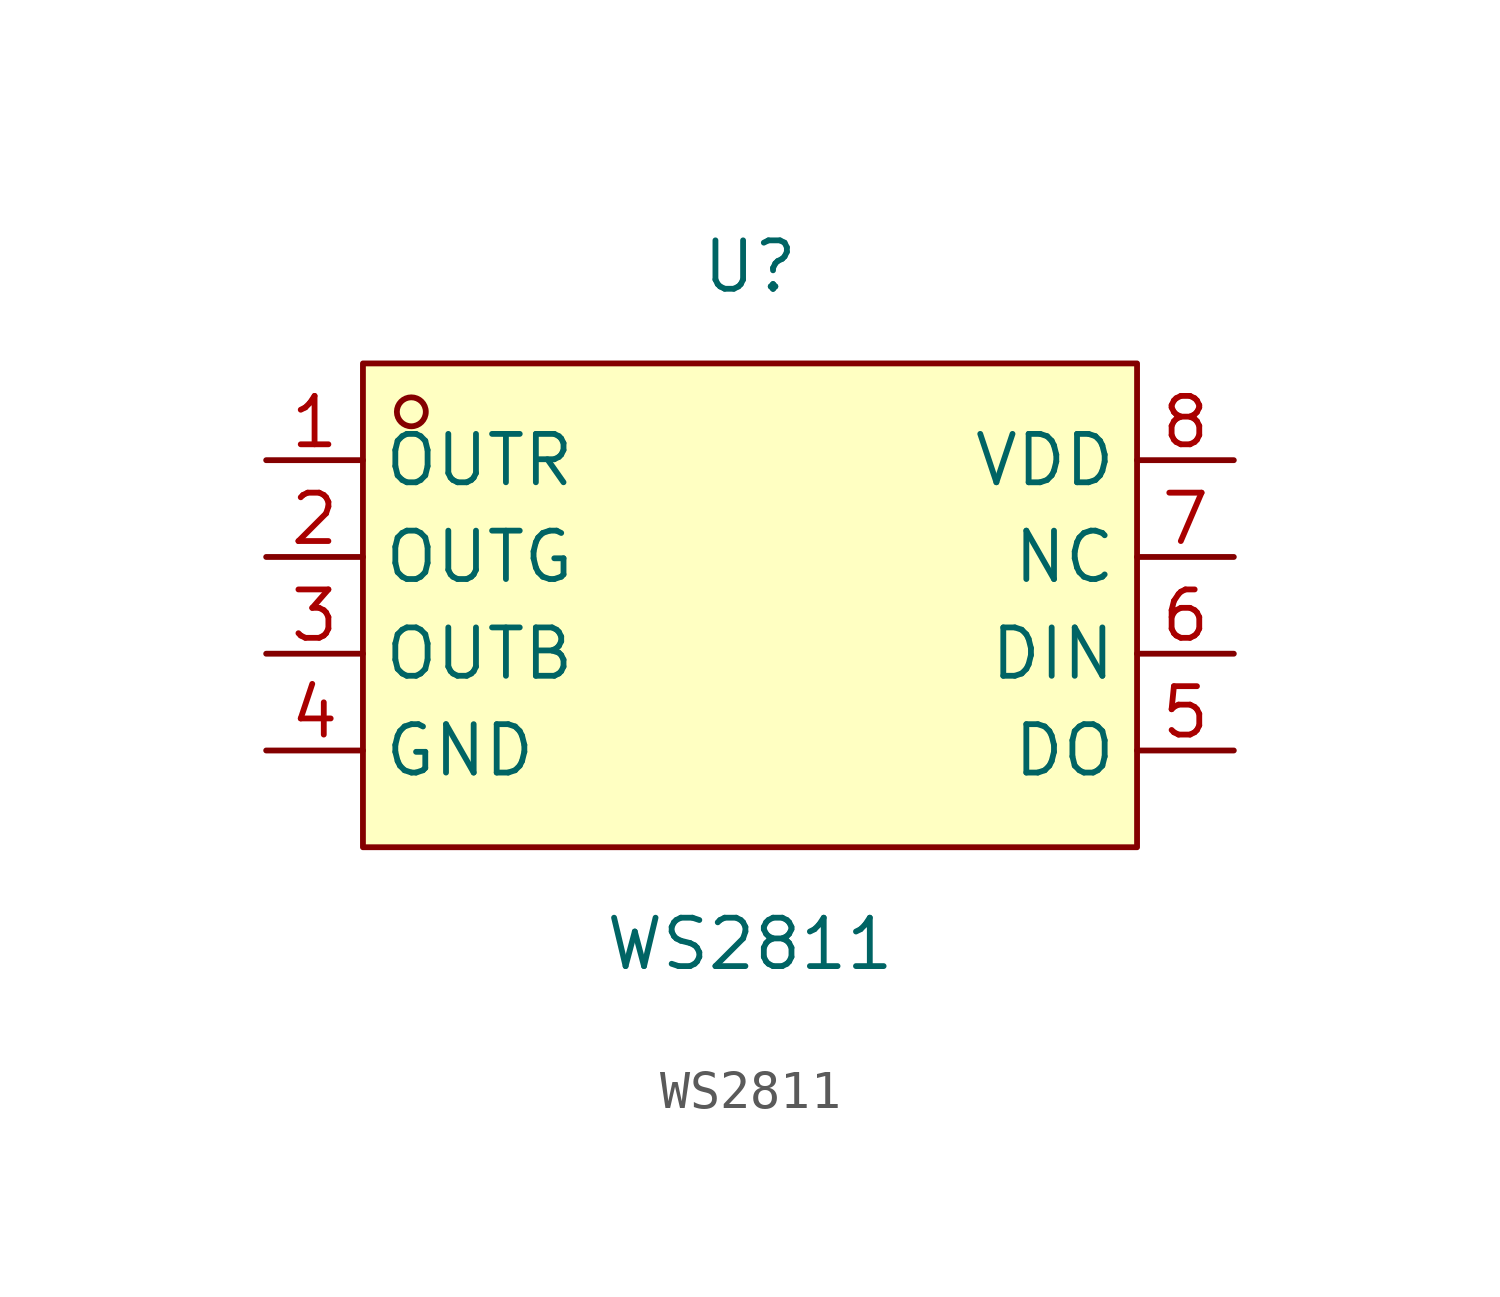
<source format=kicad_sym>
(kicad_symbol_lib
  (version 20220914)
  (generator https://github.com/uPesy/easyeda2kicad.py)
  (symbol "WS2811"
    (property "Reference" "U"
      (at 0 8.89 0)
      (effects (font (size 1.27 1.27))))
    (property "Value" "WS2811"
      (at 0 -8.89 0)
      (effects (font (size 1.27 1.27))))
    (symbol "WS2811_0_1"
      (rectangle (start -10.16 6.35) (end 10.16 -6.35) (stroke (width 0) (type default)) (fill (type background)))
      (circle (center -8.89 5.08) (radius 0.38) (stroke (width 0) (type default)) (fill (type none)))
      (pin unspecified line (at -12.7 3.81 0) (length 2.54) (name "OUTR" (effects (font (size 1.27 1.27)))) (number "1" (effects (font (size 1.27 1.27)))))
      (pin unspecified line (at -12.7 1.27 0) (length 2.54) (name "OUTG" (effects (font (size 1.27 1.27)))) (number "2" (effects (font (size 1.27 1.27)))))
      (pin unspecified line (at -12.7 -1.27 0) (length 2.54) (name "OUTB" (effects (font (size 1.27 1.27)))) (number "3" (effects (font (size 1.27 1.27)))))
      (pin unspecified line (at -12.7 -3.81 0) (length 2.54) (name "GND" (effects (font (size 1.27 1.27)))) (number "4" (effects (font (size 1.27 1.27)))))
      (pin unspecified line (at 12.7 -3.81 180) (length 2.54) (name "DO" (effects (font (size 1.27 1.27)))) (number "5" (effects (font (size 1.27 1.27)))))
      (pin unspecified line (at 12.7 -1.27 180) (length 2.54) (name "DIN" (effects (font (size 1.27 1.27)))) (number "6" (effects (font (size 1.27 1.27)))))
      (pin unspecified line (at 12.7 1.27 180) (length 2.54) (name "NC" (effects (font (size 1.27 1.27)))) (number "7" (effects (font (size 1.27 1.27)))))
      (pin unspecified line (at 12.7 3.81 180) (length 2.54) (name "VDD" (effects (font (size 1.27 1.27)))) (number "8" (effects (font (size 1.27 1.27))))))))
</source>
